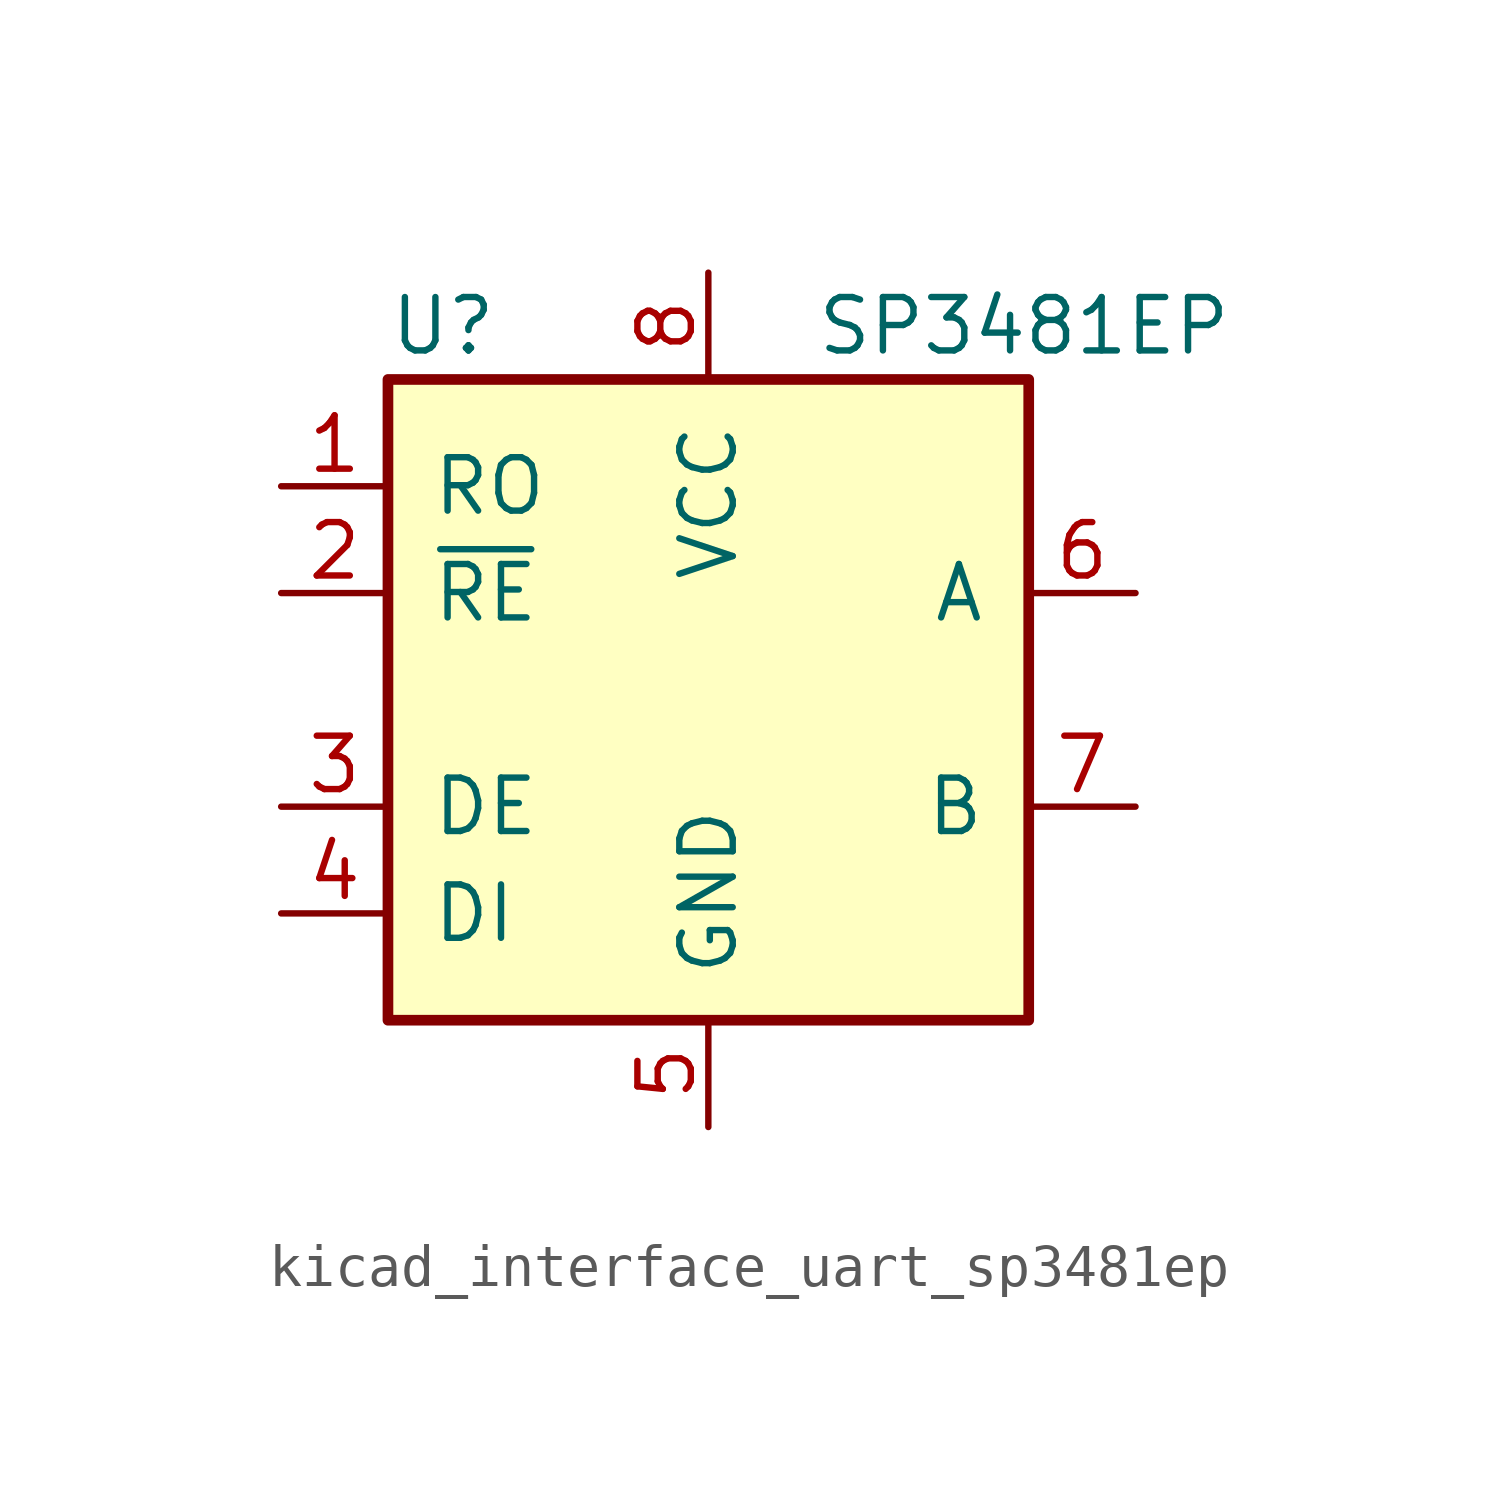
<source format=kicad_sym>
(kicad_symbol_lib
  (version 20220914)
  (generator kicad_symbol_editor)
  (symbol "kicad_interface_uart_sp3481ep"
    (pin_names
      (offset 1.016))
    (property "Reference" "U"
      (at -7.62 8.89 0)
      (effects (font (size 1.27 1.27)) (justify left)))
    (property "Value" "SP3481EP"
      (at 2.54 8.89 0)
      (effects (font (size 1.27 1.27)) (justify left)))
    (symbol "kicad_interface_uart_sp3481ep_0_1"
      (rectangle (start -7.62 7.62) (end 7.62 -7.62) (stroke (width 0.254) (type default)) (fill (type background))))
    (symbol "kicad_interface_uart_sp3481ep_1_1"
      (pin output line (at -10.16 5.08 0) (length 2.54) (name "RO" (effects (font (size 1.27 1.27)))) (number "1" (effects (font (size 1.27 1.27)))))
      (pin input line (at -10.16 2.54 0) (length 2.54) (name "~{RE}" (effects (font (size 1.27 1.27)))) (number "2" (effects (font (size 1.27 1.27)))))
      (pin input line (at -10.16 -2.54 0) (length 2.54) (name "DE" (effects (font (size 1.27 1.27)))) (number "3" (effects (font (size 1.27 1.27)))))
      (pin input line (at -10.16 -5.08 0) (length 2.54) (name "DI" (effects (font (size 1.27 1.27)))) (number "4" (effects (font (size 1.27 1.27)))))
      (pin power_in line (at 0 -10.16 90) (length 2.54) (name "GND" (effects (font (size 1.27 1.27)))) (number "5" (effects (font (size 1.27 1.27)))))
      (pin bidirectional line (at 10.16 2.54 180) (length 2.54) (name "A" (effects (font (size 1.27 1.27)))) (number "6" (effects (font (size 1.27 1.27)))))
      (pin bidirectional line (at 10.16 -2.54 180) (length 2.54) (name "B" (effects (font (size 1.27 1.27)))) (number "7" (effects (font (size 1.27 1.27)))))
      (pin power_in line (at 0 10.16 270) (length 2.54) (name "VCC" (effects (font (size 1.27 1.27)))) (number "8" (effects (font (size 1.27 1.27))))))))
</source>
